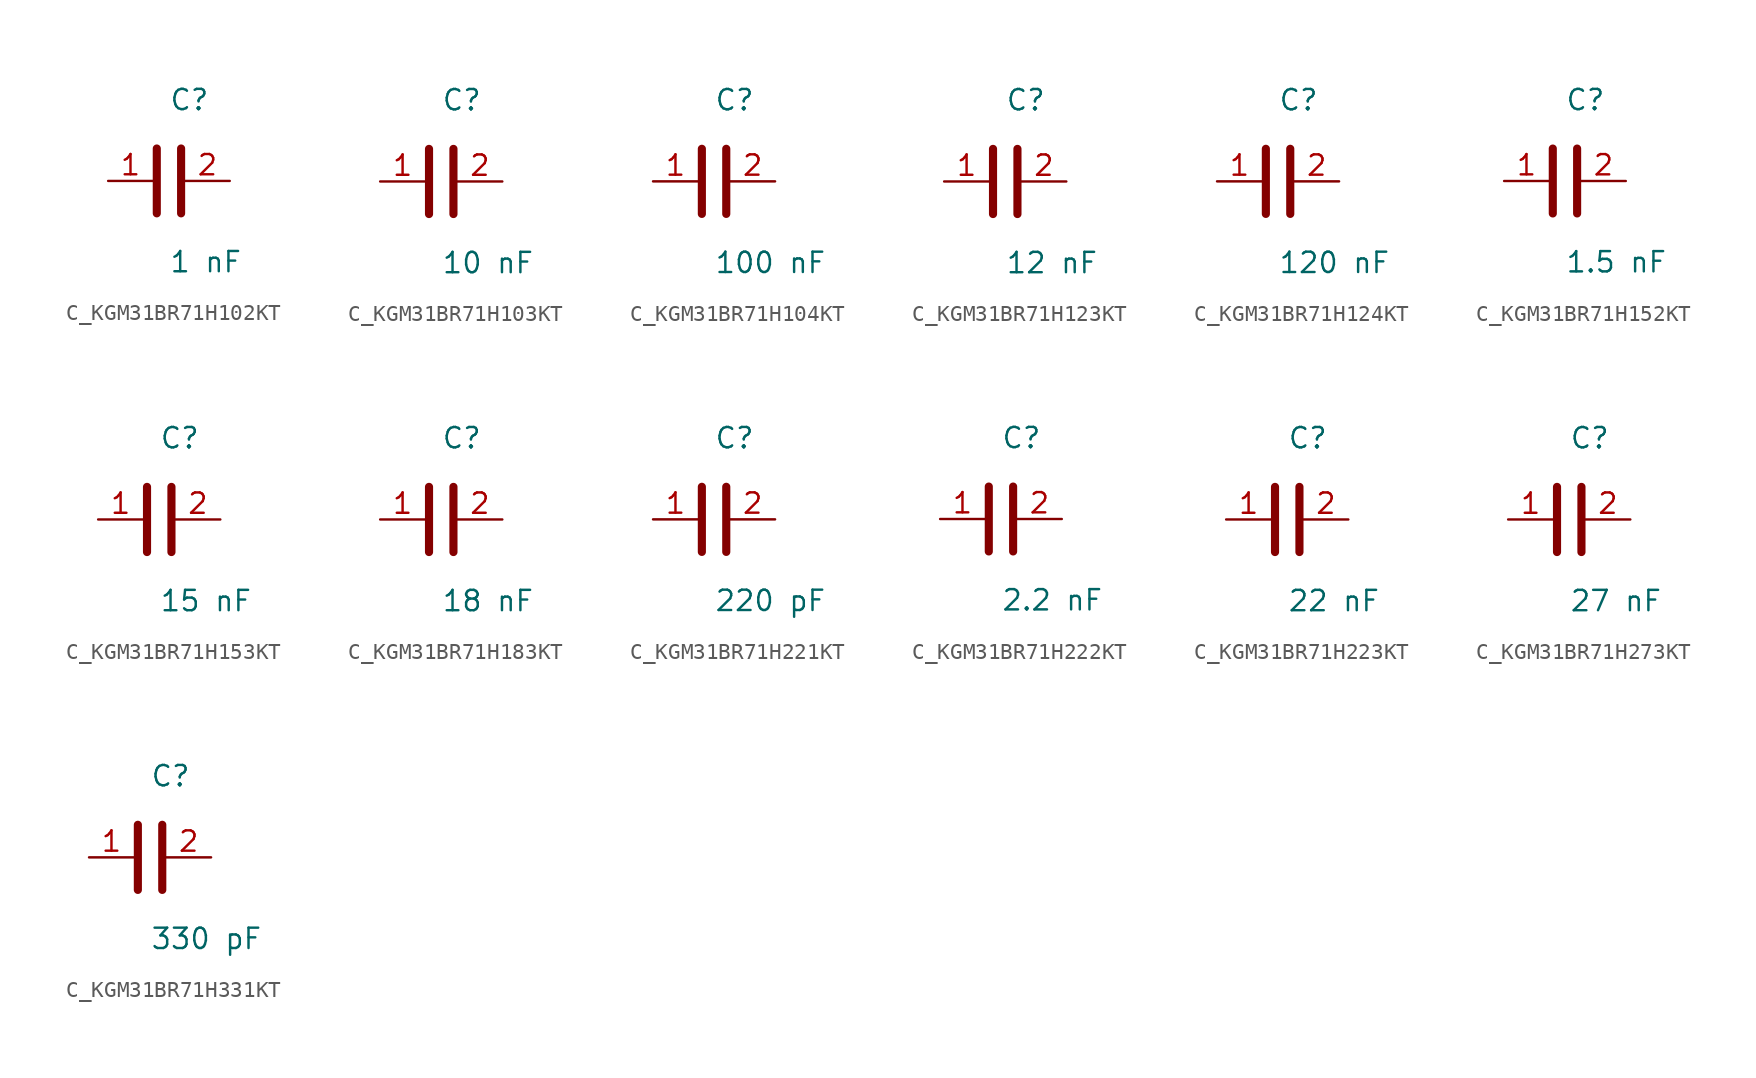
<source format=kicad_sym>
(kicad_symbol_lib
  (version 20231120)
  (generator kicad_symbol_editor)
  (generator_version 8.0)
  (symbol "C_KGM31BR71H102KT"
    (pin_names
      (offset 0.254))
    (property "Reference" "C"
      (at 0.0 5.08 0)
      (effects (font (size 1.27 1.27)) (justify left)))
    (property "Value" "1 nF"
      (at 0.0 -5.08 0)
      (effects (font (size 1.27 1.27)) (justify left)))
    (symbol "C_KGM31BR71H102KT_0_1"
      (polyline (pts (xy -0.762 -2.032) (xy -0.762 2.032)) (stroke (width 0.508) (type default)) (fill (type none)))
      (polyline (pts (xy 0.762 -2.032) (xy 0.762 2.032)) (stroke (width 0.508) (type default)) (fill (type none))))
    (pin unspecified line
      (at -3.81 0 0)
      (length 2.8)
      (name "" (effects (font (size 1.27 1.27))))
      (number "1" (effects (font (size 1.27 1.27)))))
    (pin unspecified line
      (at 3.81 0 180)
      (length 2.8)
      (name "" (effects (font (size 1.27 1.27))))
      (number "2" (effects (font (size 1.27 1.27))))))
  (symbol "C_KGM31BR71H103KT"
    (pin_names
      (offset 0.254))
    (property "Reference" "C"
      (at 0.0 5.08 0)
      (effects (font (size 1.27 1.27)) (justify left)))
    (property "Value" "10 nF"
      (at 0.0 -5.08 0)
      (effects (font (size 1.27 1.27)) (justify left)))
    (symbol "C_KGM31BR71H103KT_0_1"
      (polyline (pts (xy -0.762 -2.032) (xy -0.762 2.032)) (stroke (width 0.508) (type default)) (fill (type none)))
      (polyline (pts (xy 0.762 -2.032) (xy 0.762 2.032)) (stroke (width 0.508) (type default)) (fill (type none))))
    (pin unspecified line
      (at -3.81 0 0)
      (length 2.8)
      (name "" (effects (font (size 1.27 1.27))))
      (number "1" (effects (font (size 1.27 1.27)))))
    (pin unspecified line
      (at 3.81 0 180)
      (length 2.8)
      (name "" (effects (font (size 1.27 1.27))))
      (number "2" (effects (font (size 1.27 1.27))))))
  (symbol "C_KGM31BR71H104KT"
    (pin_names
      (offset 0.254))
    (property "Reference" "C"
      (at 0.0 5.08 0)
      (effects (font (size 1.27 1.27)) (justify left)))
    (property "Value" "100 nF"
      (at 0.0 -5.08 0)
      (effects (font (size 1.27 1.27)) (justify left)))
    (symbol "C_KGM31BR71H104KT_0_1"
      (polyline (pts (xy -0.762 -2.032) (xy -0.762 2.032)) (stroke (width 0.508) (type default)) (fill (type none)))
      (polyline (pts (xy 0.762 -2.032) (xy 0.762 2.032)) (stroke (width 0.508) (type default)) (fill (type none))))
    (pin unspecified line
      (at -3.81 0 0)
      (length 2.8)
      (name "" (effects (font (size 1.27 1.27))))
      (number "1" (effects (font (size 1.27 1.27)))))
    (pin unspecified line
      (at 3.81 0 180)
      (length 2.8)
      (name "" (effects (font (size 1.27 1.27))))
      (number "2" (effects (font (size 1.27 1.27))))))
  (symbol "C_KGM31BR71H123KT"
    (pin_names
      (offset 0.254))
    (property "Reference" "C"
      (at 0.0 5.08 0)
      (effects (font (size 1.27 1.27)) (justify left)))
    (property "Value" "12 nF"
      (at 0.0 -5.08 0)
      (effects (font (size 1.27 1.27)) (justify left)))
    (symbol "C_KGM31BR71H123KT_0_1"
      (polyline (pts (xy -0.762 -2.032) (xy -0.762 2.032)) (stroke (width 0.508) (type default)) (fill (type none)))
      (polyline (pts (xy 0.762 -2.032) (xy 0.762 2.032)) (stroke (width 0.508) (type default)) (fill (type none))))
    (pin unspecified line
      (at -3.81 0 0)
      (length 2.8)
      (name "" (effects (font (size 1.27 1.27))))
      (number "1" (effects (font (size 1.27 1.27)))))
    (pin unspecified line
      (at 3.81 0 180)
      (length 2.8)
      (name "" (effects (font (size 1.27 1.27))))
      (number "2" (effects (font (size 1.27 1.27))))))
  (symbol "C_KGM31BR71H124KT"
    (pin_names
      (offset 0.254))
    (property "Reference" "C"
      (at 0.0 5.08 0)
      (effects (font (size 1.27 1.27)) (justify left)))
    (property "Value" "120 nF"
      (at 0.0 -5.08 0)
      (effects (font (size 1.27 1.27)) (justify left)))
    (symbol "C_KGM31BR71H124KT_0_1"
      (polyline (pts (xy -0.762 -2.032) (xy -0.762 2.032)) (stroke (width 0.508) (type default)) (fill (type none)))
      (polyline (pts (xy 0.762 -2.032) (xy 0.762 2.032)) (stroke (width 0.508) (type default)) (fill (type none))))
    (pin unspecified line
      (at -3.81 0 0)
      (length 2.8)
      (name "" (effects (font (size 1.27 1.27))))
      (number "1" (effects (font (size 1.27 1.27)))))
    (pin unspecified line
      (at 3.81 0 180)
      (length 2.8)
      (name "" (effects (font (size 1.27 1.27))))
      (number "2" (effects (font (size 1.27 1.27))))))
  (symbol "C_KGM31BR71H152KT"
    (pin_names
      (offset 0.254))
    (property "Reference" "C"
      (at 0.0 5.08 0)
      (effects (font (size 1.27 1.27)) (justify left)))
    (property "Value" "1.5 nF"
      (at 0.0 -5.08 0)
      (effects (font (size 1.27 1.27)) (justify left)))
    (symbol "C_KGM31BR71H152KT_0_1"
      (polyline (pts (xy -0.762 -2.032) (xy -0.762 2.032)) (stroke (width 0.508) (type default)) (fill (type none)))
      (polyline (pts (xy 0.762 -2.032) (xy 0.762 2.032)) (stroke (width 0.508) (type default)) (fill (type none))))
    (pin unspecified line
      (at -3.81 0 0)
      (length 2.8)
      (name "" (effects (font (size 1.27 1.27))))
      (number "1" (effects (font (size 1.27 1.27)))))
    (pin unspecified line
      (at 3.81 0 180)
      (length 2.8)
      (name "" (effects (font (size 1.27 1.27))))
      (number "2" (effects (font (size 1.27 1.27))))))
  (symbol "C_KGM31BR71H153KT"
    (pin_names
      (offset 0.254))
    (property "Reference" "C"
      (at 0.0 5.08 0)
      (effects (font (size 1.27 1.27)) (justify left)))
    (property "Value" "15 nF"
      (at 0.0 -5.08 0)
      (effects (font (size 1.27 1.27)) (justify left)))
    (symbol "C_KGM31BR71H153KT_0_1"
      (polyline (pts (xy -0.762 -2.032) (xy -0.762 2.032)) (stroke (width 0.508) (type default)) (fill (type none)))
      (polyline (pts (xy 0.762 -2.032) (xy 0.762 2.032)) (stroke (width 0.508) (type default)) (fill (type none))))
    (pin unspecified line
      (at -3.81 0 0)
      (length 2.8)
      (name "" (effects (font (size 1.27 1.27))))
      (number "1" (effects (font (size 1.27 1.27)))))
    (pin unspecified line
      (at 3.81 0 180)
      (length 2.8)
      (name "" (effects (font (size 1.27 1.27))))
      (number "2" (effects (font (size 1.27 1.27))))))
  (symbol "C_KGM31BR71H183KT"
    (pin_names
      (offset 0.254))
    (property "Reference" "C"
      (at 0.0 5.08 0)
      (effects (font (size 1.27 1.27)) (justify left)))
    (property "Value" "18 nF"
      (at 0.0 -5.08 0)
      (effects (font (size 1.27 1.27)) (justify left)))
    (symbol "C_KGM31BR71H183KT_0_1"
      (polyline (pts (xy -0.762 -2.032) (xy -0.762 2.032)) (stroke (width 0.508) (type default)) (fill (type none)))
      (polyline (pts (xy 0.762 -2.032) (xy 0.762 2.032)) (stroke (width 0.508) (type default)) (fill (type none))))
    (pin unspecified line
      (at -3.81 0 0)
      (length 2.8)
      (name "" (effects (font (size 1.27 1.27))))
      (number "1" (effects (font (size 1.27 1.27)))))
    (pin unspecified line
      (at 3.81 0 180)
      (length 2.8)
      (name "" (effects (font (size 1.27 1.27))))
      (number "2" (effects (font (size 1.27 1.27))))))
  (symbol "C_KGM31BR71H221KT"
    (pin_names
      (offset 0.254))
    (property "Reference" "C"
      (at 0.0 5.08 0)
      (effects (font (size 1.27 1.27)) (justify left)))
    (property "Value" "220 pF"
      (at 0.0 -5.08 0)
      (effects (font (size 1.27 1.27)) (justify left)))
    (symbol "C_KGM31BR71H221KT_0_1"
      (polyline (pts (xy -0.762 -2.032) (xy -0.762 2.032)) (stroke (width 0.508) (type default)) (fill (type none)))
      (polyline (pts (xy 0.762 -2.032) (xy 0.762 2.032)) (stroke (width 0.508) (type default)) (fill (type none))))
    (pin unspecified line
      (at -3.81 0 0)
      (length 2.8)
      (name "" (effects (font (size 1.27 1.27))))
      (number "1" (effects (font (size 1.27 1.27)))))
    (pin unspecified line
      (at 3.81 0 180)
      (length 2.8)
      (name "" (effects (font (size 1.27 1.27))))
      (number "2" (effects (font (size 1.27 1.27))))))
  (symbol "C_KGM31BR71H222KT"
    (pin_names
      (offset 0.254))
    (property "Reference" "C"
      (at 0.0 5.08 0)
      (effects (font (size 1.27 1.27)) (justify left)))
    (property "Value" "2.2 nF"
      (at 0.0 -5.08 0)
      (effects (font (size 1.27 1.27)) (justify left)))
    (symbol "C_KGM31BR71H222KT_0_1"
      (polyline (pts (xy -0.762 -2.032) (xy -0.762 2.032)) (stroke (width 0.508) (type default)) (fill (type none)))
      (polyline (pts (xy 0.762 -2.032) (xy 0.762 2.032)) (stroke (width 0.508) (type default)) (fill (type none))))
    (pin unspecified line
      (at -3.81 0 0)
      (length 2.8)
      (name "" (effects (font (size 1.27 1.27))))
      (number "1" (effects (font (size 1.27 1.27)))))
    (pin unspecified line
      (at 3.81 0 180)
      (length 2.8)
      (name "" (effects (font (size 1.27 1.27))))
      (number "2" (effects (font (size 1.27 1.27))))))
  (symbol "C_KGM31BR71H223KT"
    (pin_names
      (offset 0.254))
    (property "Reference" "C"
      (at 0.0 5.08 0)
      (effects (font (size 1.27 1.27)) (justify left)))
    (property "Value" "22 nF"
      (at 0.0 -5.08 0)
      (effects (font (size 1.27 1.27)) (justify left)))
    (symbol "C_KGM31BR71H223KT_0_1"
      (polyline (pts (xy -0.762 -2.032) (xy -0.762 2.032)) (stroke (width 0.508) (type default)) (fill (type none)))
      (polyline (pts (xy 0.762 -2.032) (xy 0.762 2.032)) (stroke (width 0.508) (type default)) (fill (type none))))
    (pin unspecified line
      (at -3.81 0 0)
      (length 2.8)
      (name "" (effects (font (size 1.27 1.27))))
      (number "1" (effects (font (size 1.27 1.27)))))
    (pin unspecified line
      (at 3.81 0 180)
      (length 2.8)
      (name "" (effects (font (size 1.27 1.27))))
      (number "2" (effects (font (size 1.27 1.27))))))
  (symbol "C_KGM31BR71H273KT"
    (pin_names
      (offset 0.254))
    (property "Reference" "C"
      (at 0.0 5.08 0)
      (effects (font (size 1.27 1.27)) (justify left)))
    (property "Value" "27 nF"
      (at 0.0 -5.08 0)
      (effects (font (size 1.27 1.27)) (justify left)))
    (symbol "C_KGM31BR71H273KT_0_1"
      (polyline (pts (xy -0.762 -2.032) (xy -0.762 2.032)) (stroke (width 0.508) (type default)) (fill (type none)))
      (polyline (pts (xy 0.762 -2.032) (xy 0.762 2.032)) (stroke (width 0.508) (type default)) (fill (type none))))
    (pin unspecified line
      (at -3.81 0 0)
      (length 2.8)
      (name "" (effects (font (size 1.27 1.27))))
      (number "1" (effects (font (size 1.27 1.27)))))
    (pin unspecified line
      (at 3.81 0 180)
      (length 2.8)
      (name "" (effects (font (size 1.27 1.27))))
      (number "2" (effects (font (size 1.27 1.27))))))
  (symbol "C_KGM31BR71H331KT"
    (pin_names
      (offset 0.254))
    (property "Reference" "C"
      (at 0.0 5.08 0)
      (effects (font (size 1.27 1.27)) (justify left)))
    (property "Value" "330 pF"
      (at 0.0 -5.08 0)
      (effects (font (size 1.27 1.27)) (justify left)))
    (symbol "C_KGM31BR71H331KT_0_1"
      (polyline (pts (xy -0.762 -2.032) (xy -0.762 2.032)) (stroke (width 0.508) (type default)) (fill (type none)))
      (polyline (pts (xy 0.762 -2.032) (xy 0.762 2.032)) (stroke (width 0.508) (type default)) (fill (type none))))
    (pin unspecified line
      (at -3.81 0 0)
      (length 2.8)
      (name "" (effects (font (size 1.27 1.27))))
      (number "1" (effects (font (size 1.27 1.27)))))
    (pin unspecified line
      (at 3.81 0 180)
      (length 2.8)
      (name "" (effects (font (size 1.27 1.27))))
      (number "2" (effects (font (size 1.27 1.27)))))))
</source>
